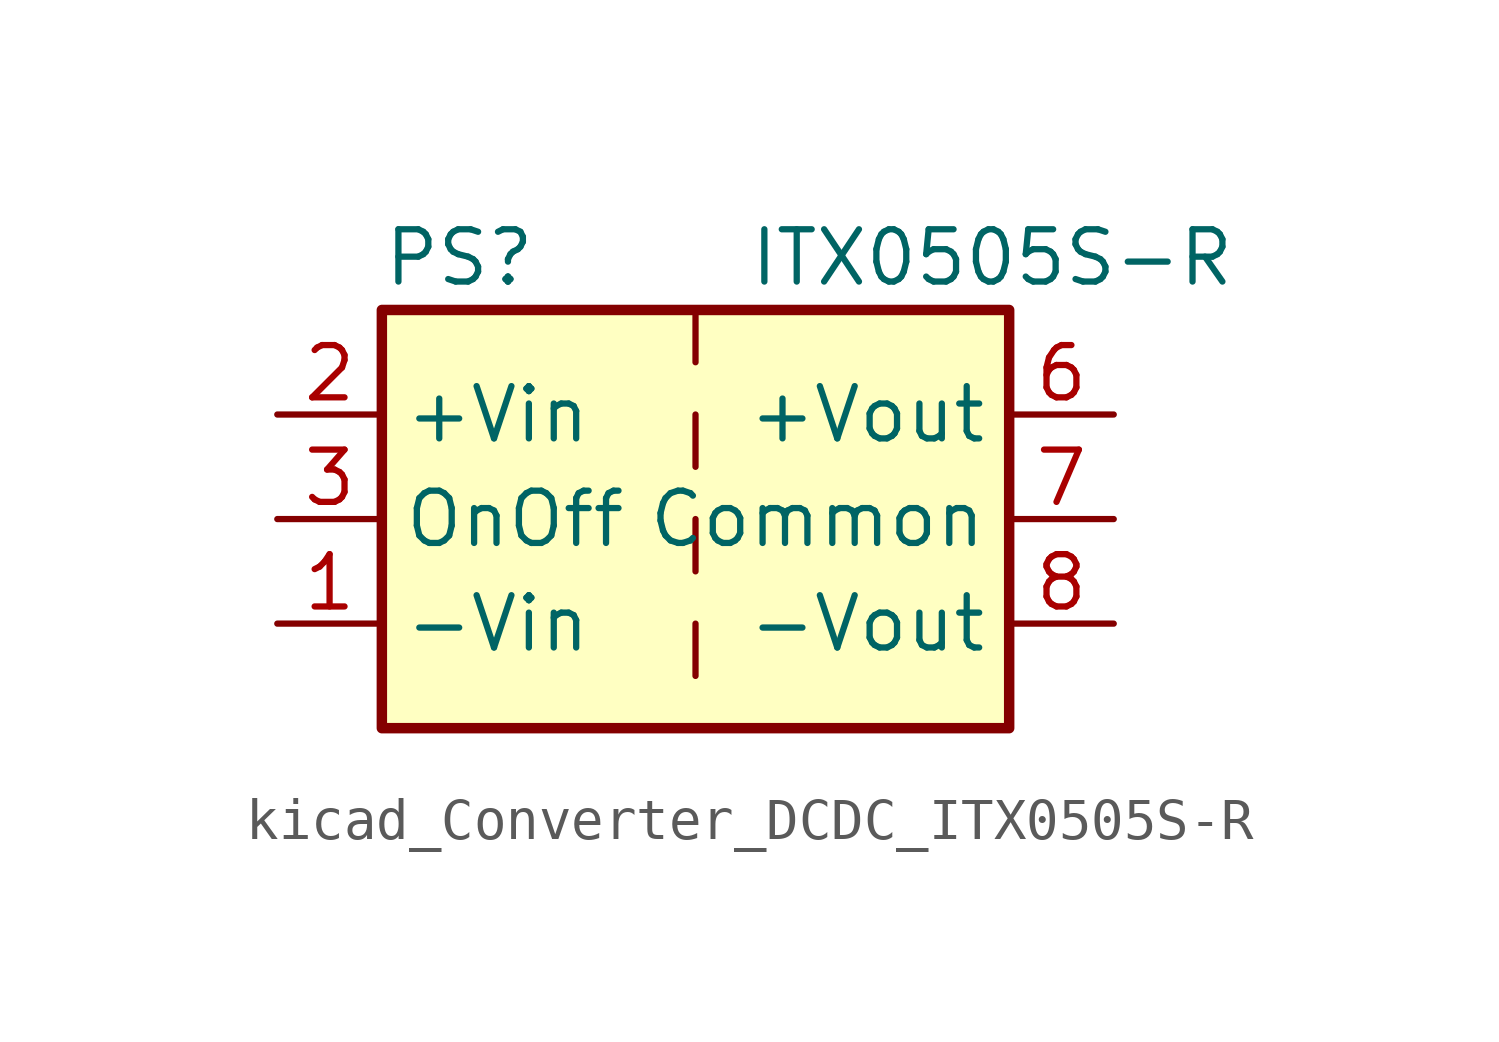
<source format=kicad_sym>
(kicad_symbol_lib
  (version 20220914)
  (generator kicad_symbol_editor)
  (symbol "kicad_Converter_DCDC_ITX0505S-R"
    (property "Reference" "PS"
      (at -7.62 6.35 0)
      (effects (font (size 1.27 1.27)) (justify left)))
    (property "Value" "ITX0505S-R"
      (at 1.27 6.35 0)
      (effects (font (size 1.27 1.27)) (justify left)))
    (symbol "kicad_Converter_DCDC_ITX0505S-R_0_0"
      (pin power_in line (at -10.16 -2.54 0) (length 2.54) (name "-Vin" (effects (font (size 1.27 1.27)))) (number "1" (effects (font (size 1.27 1.27)))))
      (pin power_in line (at -10.16 2.54 0) (length 2.54) (name "+Vin" (effects (font (size 1.27 1.27)))) (number "2" (effects (font (size 1.27 1.27)))))
      (pin input line (at -10.16 0 0) (length 2.54) (name "OnOff" (effects (font (size 1.27 1.27)))) (number "3" (effects (font (size 1.27 1.27)))))
      (pin no_connect line (at 0 5.08 270) (length 2.54) hide (name "NC" (effects (font (size 1.27 1.27)))) (number "5" (effects (font (size 1.27 1.27)))))
      (pin power_out line (at 10.16 2.54 180) (length 2.54) (name "+Vout" (effects (font (size 1.27 1.27)))) (number "6" (effects (font (size 1.27 1.27)))))
      (pin power_out line (at 10.16 0 180) (length 2.54) (name "Common" (effects (font (size 1.27 1.27)))) (number "7" (effects (font (size 1.27 1.27)))))
      (pin power_out line (at 10.16 -2.54 180) (length 2.54) (name "-Vout" (effects (font (size 1.27 1.27)))) (number "8" (effects (font (size 1.27 1.27))))))
    (symbol "kicad_Converter_DCDC_ITX0505S-R_0_1"
      (rectangle (start -7.62 5.08) (end 7.62 -5.08) (stroke (width 0.254) (type default)) (fill (type background)))
      (polyline (pts (xy 0 -2.54) (xy 0 -3.81)) (stroke (width 0) (type default)) (fill (type none)))
      (polyline (pts (xy 0 0) (xy 0 -1.27)) (stroke (width 0) (type default)) (fill (type none)))
      (polyline (pts (xy 0 2.54) (xy 0 1.27)) (stroke (width 0) (type default)) (fill (type none)))
      (polyline (pts (xy 0 5.08) (xy 0 3.81)) (stroke (width 0) (type default)) (fill (type none))))))
</source>
